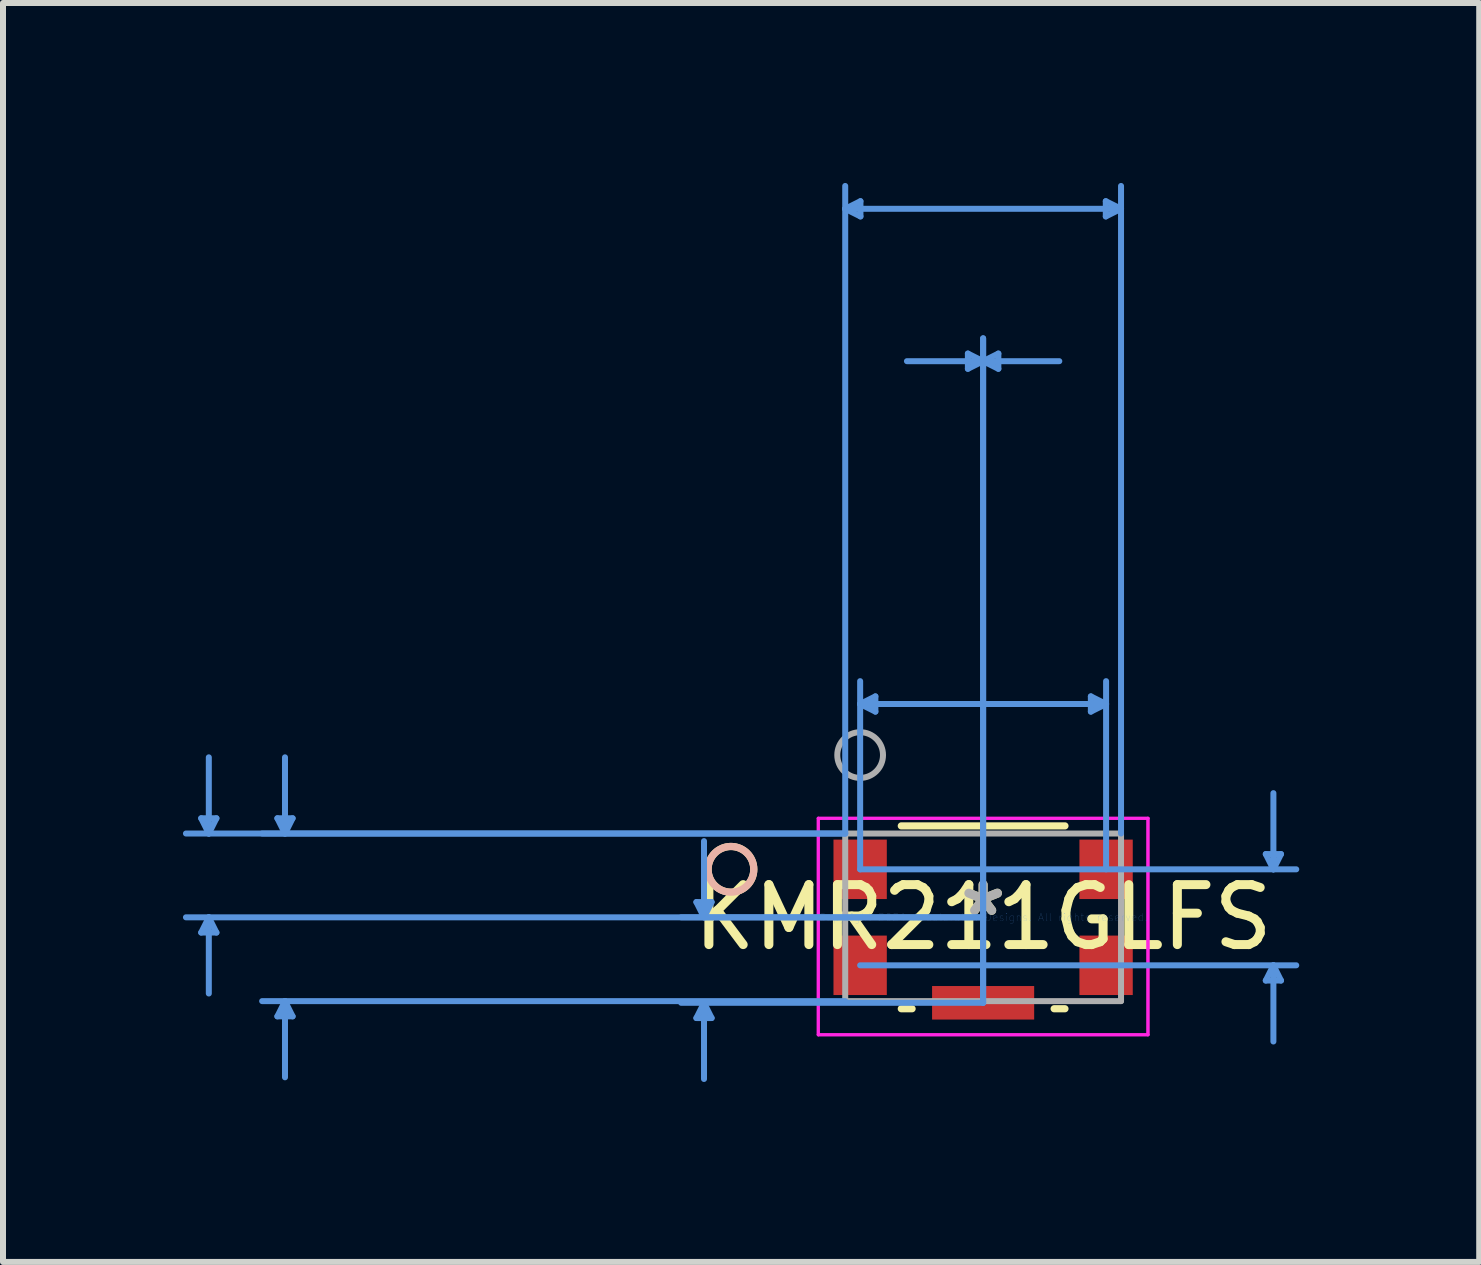
<source format=kicad_pcb>
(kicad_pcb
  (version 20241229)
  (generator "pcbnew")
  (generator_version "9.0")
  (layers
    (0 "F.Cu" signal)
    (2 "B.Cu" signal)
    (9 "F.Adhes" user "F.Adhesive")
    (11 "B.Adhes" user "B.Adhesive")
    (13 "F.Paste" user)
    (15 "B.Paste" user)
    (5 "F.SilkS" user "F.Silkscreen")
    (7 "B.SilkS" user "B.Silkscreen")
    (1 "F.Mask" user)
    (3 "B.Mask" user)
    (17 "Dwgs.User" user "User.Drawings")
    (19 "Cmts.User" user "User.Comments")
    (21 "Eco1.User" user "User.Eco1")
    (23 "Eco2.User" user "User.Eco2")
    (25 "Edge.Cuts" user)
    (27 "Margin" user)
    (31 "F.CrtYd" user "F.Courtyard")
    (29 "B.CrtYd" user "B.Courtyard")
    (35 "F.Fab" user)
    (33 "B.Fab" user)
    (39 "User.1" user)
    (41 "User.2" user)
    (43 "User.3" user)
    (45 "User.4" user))
  (footprint "KMR211GLFS"
    (layer "F.Cu")
    (at 13.339 12.242)
    (property "Reference" "KMR211GLFS" (at 0 0 0) (layer "F.SilkS") (effects (font (size 1 1) (thickness 0.15))))
    (attr through_hole)
    (fp_line (start -1.364 1.524) (end -1.184 1.524) (stroke (width 0.12) (type solid)) (layer "F.SilkS"))
    (fp_line (start 1.184 1.524) (end 1.364 1.524) (stroke (width 0.12) (type solid)) (layer "F.SilkS"))
    (fp_line (start 1.364 -1.524) (end -1.364 -1.524) (stroke (width 0.12) (type solid)) (layer "F.SilkS"))
    (fp_circle (center -4.204 -0.8) (end -3.823 -0.8) (stroke (width 0.12) (type solid)) (fill no) (layer "F.SilkS"))
    (fp_circle (center -4.204 -0.8) (end -3.823 -0.8) (stroke (width 0.12) (type solid)) (fill no) (layer "B.SilkS"))
    (fp_line (start -13.035 -1.651) (end -12.781 -1.651) (stroke (width 0.1) (type solid)) (layer "Cmts.User"))
    (fp_line (start -13.035 0.254) (end -12.781 0.254) (stroke (width 0.1) (type solid)) (layer "Cmts.User"))
    (fp_line (start -12.908 -1.397) (end -13.035 -1.651) (stroke (width 0.1) (type solid)) (layer "Cmts.User"))
    (fp_line (start -12.908 -1.397) (end -12.908 -2.667) (stroke (width 0.1) (type solid)) (layer "Cmts.User"))
    (fp_line (start -12.908 -1.397) (end -12.781 -1.651) (stroke (width 0.1) (type solid)) (layer "Cmts.User"))
    (fp_line (start -12.908 0) (end -13.035 0.254) (stroke (width 0.1) (type solid)) (layer "Cmts.User"))
    (fp_line (start -12.908 0) (end -12.908 1.27) (stroke (width 0.1) (type solid)) (layer "Cmts.User"))
    (fp_line (start -12.908 0) (end -12.781 0.254) (stroke (width 0.1) (type solid)) (layer "Cmts.User"))
    (fp_line (start -11.765 -1.651) (end -11.511 -1.651) (stroke (width 0.1) (type solid)) (layer "Cmts.User"))
    (fp_line (start -11.765 1.651) (end -11.511 1.651) (stroke (width 0.1) (type solid)) (layer "Cmts.User"))
    (fp_line (start -11.638 -1.397) (end -11.765 -1.651) (stroke (width 0.1) (type solid)) (layer "Cmts.User"))
    (fp_line (start -11.638 -1.397) (end -11.638 -2.667) (stroke (width 0.1) (type solid)) (layer "Cmts.User"))
    (fp_line (start -11.638 -1.397) (end -11.511 -1.651) (stroke (width 0.1) (type solid)) (layer "Cmts.User"))
    (fp_line (start -11.638 1.397) (end -11.765 1.651) (stroke (width 0.1) (type solid)) (layer "Cmts.User"))
    (fp_line (start -11.638 1.397) (end -11.638 2.667) (stroke (width 0.1) (type solid)) (layer "Cmts.User"))
    (fp_line (start -11.638 1.397) (end -11.511 1.651) (stroke (width 0.1) (type solid)) (layer "Cmts.User"))
    (fp_line (start -4.78 -0.254) (end -4.526 -0.254) (stroke (width 0.1) (type solid)) (layer "Cmts.User"))
    (fp_line (start -4.78 1.679) (end -4.526 1.679) (stroke (width 0.1) (type solid)) (layer "Cmts.User"))
    (fp_line (start -4.653 0) (end -4.78 -0.254) (stroke (width 0.1) (type solid)) (layer "Cmts.User"))
    (fp_line (start -4.653 0) (end -4.653 -1.27) (stroke (width 0.1) (type solid)) (layer "Cmts.User"))
    (fp_line (start -4.653 0) (end -4.526 -0.254) (stroke (width 0.1) (type solid)) (layer "Cmts.User"))
    (fp_line (start -4.653 1.425) (end -4.78 1.679) (stroke (width 0.1) (type solid)) (layer "Cmts.User"))
    (fp_line (start -4.653 1.425) (end -4.653 2.695) (stroke (width 0.1) (type solid)) (layer "Cmts.User"))
    (fp_line (start -4.653 1.425) (end -4.526 1.679) (stroke (width 0.1) (type solid)) (layer "Cmts.User"))
    (fp_line (start -2.299 -11.811) (end -2.045 -11.938) (stroke (width 0.1) (type solid)) (layer "Cmts.User"))
    (fp_line (start -2.299 -11.811) (end -2.045 -11.684) (stroke (width 0.1) (type solid)) (layer "Cmts.User"))
    (fp_line (start -2.299 -11.811) (end 2.299 -11.811) (stroke (width 0.1) (type solid)) (layer "Cmts.User"))
    (fp_line (start -2.299 -1.397) (end -13.289 -1.397) (stroke (width 0.1) (type solid)) (layer "Cmts.User"))
    (fp_line (start -2.299 -1.397) (end -12.019 -1.397) (stroke (width 0.1) (type solid)) (layer "Cmts.User"))
    (fp_line (start -2.299 -1.397) (end -2.299 -12.192) (stroke (width 0.1) (type solid)) (layer "Cmts.User"))
    (fp_line (start -2.299 1.397) (end -12.019 1.397) (stroke (width 0.1) (type solid)) (layer "Cmts.User"))
    (fp_line (start -2.05 -3.556) (end -1.796 -3.683) (stroke (width 0.1) (type solid)) (layer "Cmts.User"))
    (fp_line (start -2.05 -3.556) (end -1.796 -3.429) (stroke (width 0.1) (type solid)) (layer "Cmts.User"))
    (fp_line (start -2.05 -3.556) (end 2.05 -3.556) (stroke (width 0.1) (type solid)) (layer "Cmts.User"))
    (fp_line (start -2.05 -0.8) (end -2.05 -3.937) (stroke (width 0.1) (type solid)) (layer "Cmts.User"))
    (fp_line (start -2.05 -0.8) (end 5.22 -0.8) (stroke (width 0.1) (type solid)) (layer "Cmts.User"))
    (fp_line (start -2.05 0.8) (end 5.22 0.8) (stroke (width 0.1) (type solid)) (layer "Cmts.User"))
    (fp_line (start -2.045 -11.938) (end -2.045 -11.684) (stroke (width 0.1) (type solid)) (layer "Cmts.User"))
    (fp_line (start -1.796 -3.683) (end -1.796 -3.429) (stroke (width 0.1) (type solid)) (layer "Cmts.User"))
    (fp_line (start -0.254 -9.398) (end -0.254 -9.144) (stroke (width 0.1) (type solid)) (layer "Cmts.User"))
    (fp_line (start 0 -9.271) (end -1.27 -9.271) (stroke (width 0.1) (type solid)) (layer "Cmts.User"))
    (fp_line (start 0 -9.271) (end -0.254 -9.398) (stroke (width 0.1) (type solid)) (layer "Cmts.User"))
    (fp_line (start 0 -9.271) (end -0.254 -9.144) (stroke (width 0.1) (type solid)) (layer "Cmts.User"))
    (fp_line (start 0 -9.271) (end 0.254 -9.398) (stroke (width 0.1) (type solid)) (layer "Cmts.User"))
    (fp_line (start 0 -9.271) (end 0.254 -9.144) (stroke (width 0.1) (type solid)) (layer "Cmts.User"))
    (fp_line (start 0 -9.271) (end 1.27 -9.271) (stroke (width 0.1) (type solid)) (layer "Cmts.User"))
    (fp_line (start 0 0) (end -13.289 0) (stroke (width 0.1) (type solid)) (layer "Cmts.User"))
    (fp_line (start 0 0) (end -5.034 0) (stroke (width 0.1) (type solid)) (layer "Cmts.User"))
    (fp_line (start 0 1.425) (end -5.034 1.425) (stroke (width 0.1) (type solid)) (layer "Cmts.User"))
    (fp_line (start 0 1.425) (end 0 -9.652) (stroke (width 0.1) (type solid)) (layer "Cmts.User"))
    (fp_line (start 0 1.425) (end 0 -9.652) (stroke (width 0.1) (type solid)) (layer "Cmts.User"))
    (fp_line (start 0.254 -9.398) (end 0.254 -9.144) (stroke (width 0.1) (type solid)) (layer "Cmts.User"))
    (fp_line (start 1.796 -3.683) (end 1.796 -3.429) (stroke (width 0.1) (type solid)) (layer "Cmts.User"))
    (fp_line (start 2.045 -11.938) (end 2.045 -11.684) (stroke (width 0.1) (type solid)) (layer "Cmts.User"))
    (fp_line (start 2.05 -3.556) (end 1.796 -3.683) (stroke (width 0.1) (type solid)) (layer "Cmts.User"))
    (fp_line (start 2.05 -3.556) (end 1.796 -3.429) (stroke (width 0.1) (type solid)) (layer "Cmts.User"))
    (fp_line (start 2.05 -0.8) (end 2.05 -3.937) (stroke (width 0.1) (type solid)) (layer "Cmts.User"))
    (fp_line (start 2.299 -11.811) (end 2.045 -11.938) (stroke (width 0.1) (type solid)) (layer "Cmts.User"))
    (fp_line (start 2.299 -11.811) (end 2.045 -11.684) (stroke (width 0.1) (type solid)) (layer "Cmts.User"))
    (fp_line (start 2.299 -1.397) (end 2.299 -12.192) (stroke (width 0.1) (type solid)) (layer "Cmts.User"))
    (fp_line (start 4.712 -1.054) (end 4.966 -1.054) (stroke (width 0.1) (type solid)) (layer "Cmts.User"))
    (fp_line (start 4.712 1.054) (end 4.966 1.054) (stroke (width 0.1) (type solid)) (layer "Cmts.User"))
    (fp_line (start 4.839 -0.8) (end 4.712 -1.054) (stroke (width 0.1) (type solid)) (layer "Cmts.User"))
    (fp_line (start 4.839 -0.8) (end 4.839 -2.07) (stroke (width 0.1) (type solid)) (layer "Cmts.User"))
    (fp_line (start 4.839 -0.8) (end 4.966 -1.054) (stroke (width 0.1) (type solid)) (layer "Cmts.User"))
    (fp_line (start 4.839 0.8) (end 4.712 1.054) (stroke (width 0.1) (type solid)) (layer "Cmts.User"))
    (fp_line (start 4.839 0.8) (end 4.839 2.07) (stroke (width 0.1) (type solid)) (layer "Cmts.User"))
    (fp_line (start 4.839 0.8) (end 4.966 1.054) (stroke (width 0.1) (type solid)) (layer "Cmts.User"))
    (fp_line (start -2.748 -1.651) (end -2.748 1.958) (stroke (width 0.05) (type solid)) (layer "F.CrtYd"))
    (fp_line (start -2.748 -1.651) (end -2.748 1.958) (stroke (width 0.05) (type solid)) (layer "F.CrtYd"))
    (fp_line (start -2.748 1.958) (end 2.748 1.958) (stroke (width 0.05) (type solid)) (layer "F.CrtYd"))
    (fp_line (start -2.748 1.958) (end 2.748 1.958) (stroke (width 0.05) (type solid)) (layer "F.CrtYd"))
    (fp_line (start 2.748 -1.651) (end -2.748 -1.651) (stroke (width 0.05) (type solid)) (layer "F.CrtYd"))
    (fp_line (start 2.748 -1.651) (end -2.748 -1.651) (stroke (width 0.05) (type solid)) (layer "F.CrtYd"))
    (fp_line (start 2.748 1.958) (end 2.748 -1.651) (stroke (width 0.05) (type solid)) (layer "F.CrtYd"))
    (fp_line (start 2.748 1.958) (end 2.748 -1.651) (stroke (width 0.05) (type solid)) (layer "F.CrtYd"))
    (fp_line (start -2.299 -1.397) (end -2.299 1.397) (stroke (width 0.1) (type solid)) (layer "F.Fab"))
    (fp_line (start -2.299 1.397) (end 2.299 1.397) (stroke (width 0.1) (type solid)) (layer "F.Fab"))
    (fp_line (start 2.299 -1.397) (end -2.299 -1.397) (stroke (width 0.1) (type solid)) (layer "F.Fab"))
    (fp_line (start 2.299 1.397) (end 2.299 -1.397) (stroke (width 0.1) (type solid)) (layer "F.Fab"))
    (fp_circle (center -2.05 -2.705) (end -1.669 -2.705) (stroke (width 0.1) (type solid)) (fill no) (layer "F.Fab"))
    (fp_text user "*" (at 0 0 0) (layer "F.SilkS") (effects (font (size 1 1) (thickness 0.15))))
    (fp_text user "Copyright 2021 Accelerated Designs. All rights reserved." (at 0 0 0) (layer "Cmts.User") (effects (font (size 0.127 0.127) (thickness 0.002))))
    (fp_text user "*" (at 0 0 0) (layer "F.Fab") (effects (font (size 1 1) (thickness 0.15))))
    (pad "1" smd rect (at -2.05 -0.8) (size 0.889 0.991) (layers "F.Cu" "F.Mask" "F.Paste"))
    (pad "2" smd rect (at 2.05 -0.8) (size 0.889 0.991) (layers "F.Cu" "F.Mask" "F.Paste"))
    (pad "3" smd rect (at -2.05 0.8) (size 0.889 0.991) (layers "F.Cu" "F.Mask" "F.Paste"))
    (pad "4" smd rect (at 2.05 0.8) (size 0.889 0.991) (layers "F.Cu" "F.Mask" "F.Paste"))
    (pad "5" smd rect (at 0 1.425) (size 1.702 0.559) (layers "F.Cu" "F.Mask" "F.Paste")))
  (gr_rect
    (start -3 -3)
    (end 21.609 17.987)
    (stroke (width 0.1) (type default))
    (fill no)
    (layer "Edge.Cuts")))
</source>
